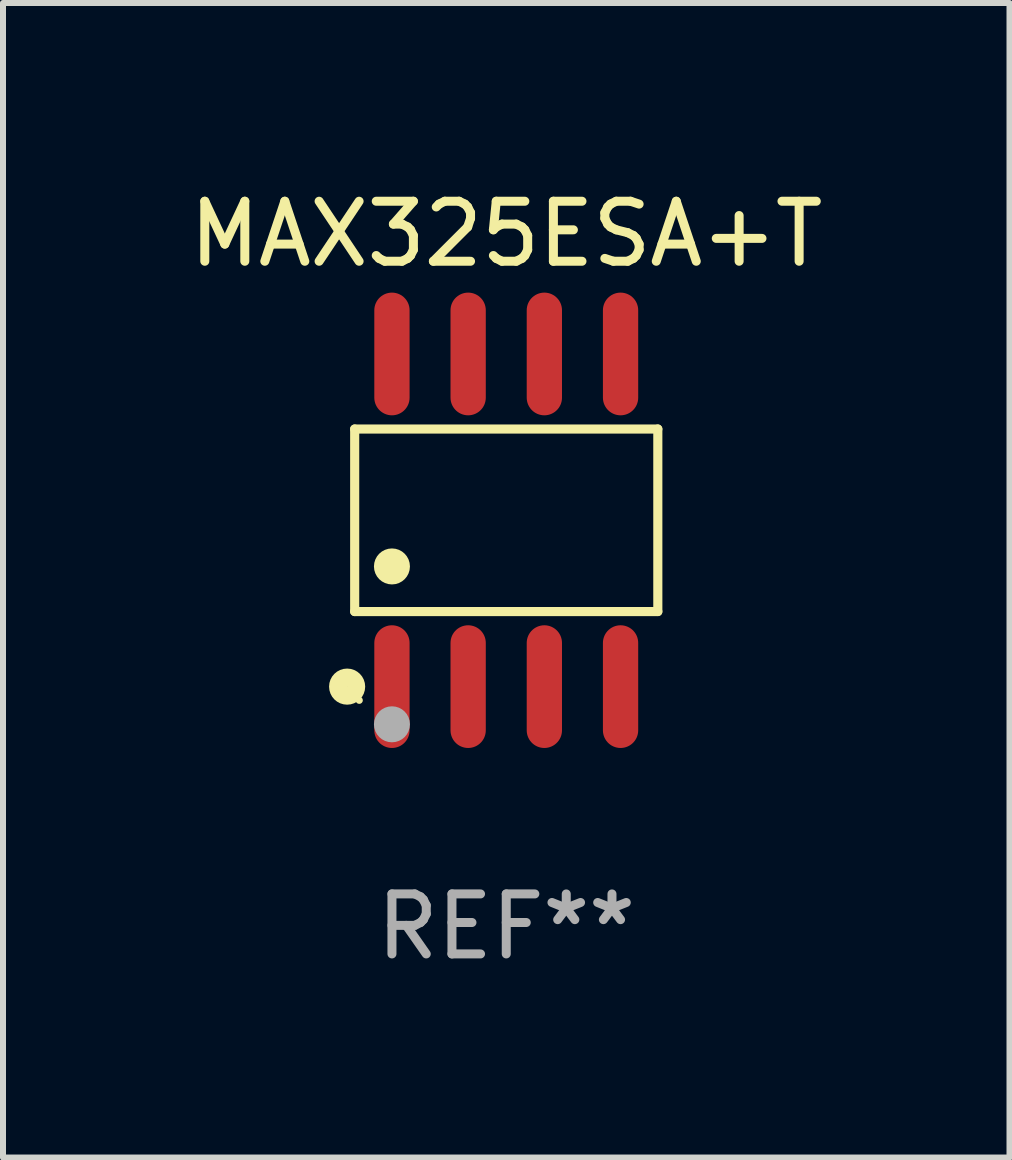
<source format=kicad_pcb>
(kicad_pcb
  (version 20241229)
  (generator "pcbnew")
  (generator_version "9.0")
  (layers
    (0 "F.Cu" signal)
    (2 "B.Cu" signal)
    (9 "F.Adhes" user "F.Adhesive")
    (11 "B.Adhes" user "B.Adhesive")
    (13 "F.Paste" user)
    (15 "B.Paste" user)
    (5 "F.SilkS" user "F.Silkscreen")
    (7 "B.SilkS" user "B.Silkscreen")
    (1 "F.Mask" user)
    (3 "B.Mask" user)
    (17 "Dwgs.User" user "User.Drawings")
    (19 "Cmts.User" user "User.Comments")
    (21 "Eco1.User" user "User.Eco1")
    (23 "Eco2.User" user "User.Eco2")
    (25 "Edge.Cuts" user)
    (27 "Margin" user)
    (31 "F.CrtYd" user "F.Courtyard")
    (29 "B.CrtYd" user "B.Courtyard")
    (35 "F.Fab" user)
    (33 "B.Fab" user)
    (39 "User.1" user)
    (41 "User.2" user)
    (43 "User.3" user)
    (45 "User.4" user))
  (footprint "MAX325ESA+T"
    (layer "F.Cu")
    (at 5.387 5.621)
    (property "Reference" "MAX325ESA+T" (at 0 -4.772 0) (layer "F.SilkS") (effects (font (size 1 1) (thickness 0.15))))
    (attr through_hole)
    (fp_line (start -2.526 -1.521) (end 2.526 -1.521) (stroke (width 0.152) (type solid)) (layer "F.SilkS"))
    (fp_line (start -2.526 1.521) (end -2.526 -1.521) (stroke (width 0.152) (type solid)) (layer "F.SilkS"))
    (fp_line (start 2.526 -1.521) (end 2.526 1.521) (stroke (width 0.152) (type solid)) (layer "F.SilkS"))
    (fp_line (start 2.526 1.521) (end -2.526 1.521) (stroke (width 0.152) (type solid)) (layer "F.SilkS"))
    (fp_circle (center -2.652 2.772) (end -2.501 2.772) (stroke (width 0.3) (type solid)) (fill no) (layer "F.SilkS"))
    (fp_circle (center -2.45 3) (end -2.42 3) (stroke (width 0.06) (type solid)) (fill no) (layer "F.SilkS"))
    (fp_circle (center -1.905 0.769) (end -1.755 0.769) (stroke (width 0.3) (type solid)) (fill no) (layer "F.SilkS"))
    (fp_circle (center -1.905 3.4) (end -1.755 3.4) (stroke (width 0.3) (type solid)) (fill no) (layer "F.Fab"))
    (fp_text user "REF**" (at 0 6.772 0) (layer "F.Fab") (effects (font (size 1 1) (thickness 0.15))))
    (pad "1" smd oval (at -1.905 2.772) (size 0.588 2.045) (layers "F.Cu" "F.Mask" "F.Paste"))
    (pad "2" smd oval (at -0.635 2.772) (size 0.588 2.045) (layers "F.Cu" "F.Mask" "F.Paste"))
    (pad "3" smd oval (at 0.635 2.772) (size 0.588 2.045) (layers "F.Cu" "F.Mask" "F.Paste"))
    (pad "4" smd oval (at 1.905 2.772) (size 0.588 2.045) (layers "F.Cu" "F.Mask" "F.Paste"))
    (pad "5" smd oval (at 1.905 -2.772) (size 0.588 2.045) (layers "F.Cu" "F.Mask" "F.Paste"))
    (pad "6" smd oval (at 0.635 -2.772) (size 0.588 2.045) (layers "F.Cu" "F.Mask" "F.Paste"))
    (pad "7" smd oval (at -0.635 -2.772) (size 0.588 2.045) (layers "F.Cu" "F.Mask" "F.Paste"))
    (pad "8" smd oval (at -1.905 -2.772) (size 0.588 2.045) (layers "F.Cu" "F.Mask" "F.Paste")))
  (gr_rect
    (start -3 -3)
    (end 13.774 16.241)
    (stroke (width 0.1) (type default))
    (fill no)
    (layer "Edge.Cuts")))
</source>
